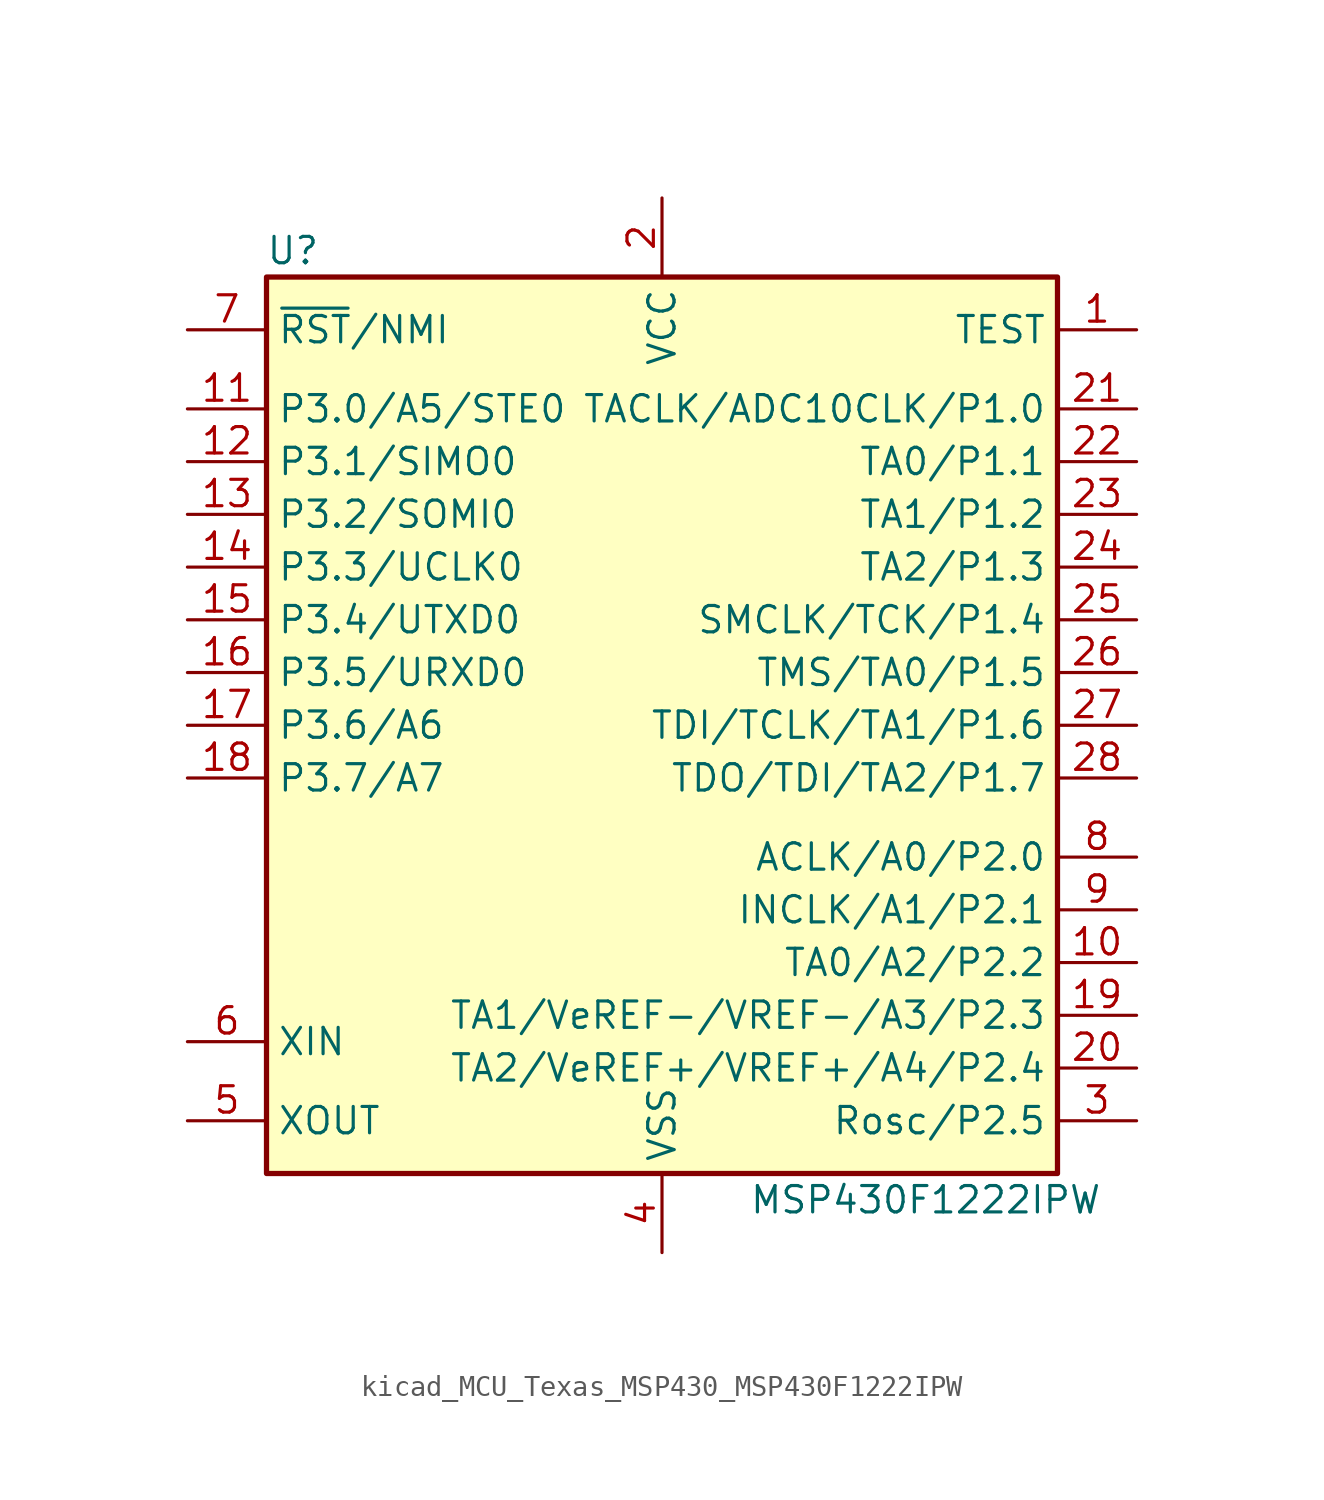
<source format=kicad_sym>
(kicad_symbol_lib
  (version 20220914)
  (generator kicad_symbol_editor)
  (symbol "kicad_MCU_Texas_MSP430_MSP430F1222IPW"
    (property "Reference" "U"
      (at -17.78 22.86 0)
      (effects (font (size 1.27 1.27))))
    (property "Value" "MSP430F1222IPW"
      (at 12.7 -22.86 0)
      (effects (font (size 1.27 1.27))))
    (symbol "kicad_MCU_Texas_MSP430_MSP430F1222IPW_0_1"
      (rectangle (start -19.05 21.59) (end 19.05 -21.59) (stroke (width 0.254) (type default)) (fill (type background))))
    (symbol "kicad_MCU_Texas_MSP430_MSP430F1222IPW_1_1"
      (pin input line (at 22.86 19.05 180) (length 3.81) (name "TEST" (effects (font (size 1.27 1.27)))) (number "1" (effects (font (size 1.27 1.27)))))
      (pin bidirectional line (at 22.86 -11.43 180) (length 3.81) (name "TA0/A2/P2.2" (effects (font (size 1.27 1.27)))) (number "10" (effects (font (size 1.27 1.27)))))
      (pin bidirectional line (at -22.86 15.24 0) (length 3.81) (name "P3.0/A5/STE0" (effects (font (size 1.27 1.27)))) (number "11" (effects (font (size 1.27 1.27)))))
      (pin bidirectional line (at -22.86 12.7 0) (length 3.81) (name "P3.1/SIMO0" (effects (font (size 1.27 1.27)))) (number "12" (effects (font (size 1.27 1.27)))))
      (pin bidirectional line (at -22.86 10.16 0) (length 3.81) (name "P3.2/SOMI0" (effects (font (size 1.27 1.27)))) (number "13" (effects (font (size 1.27 1.27)))))
      (pin bidirectional line (at -22.86 7.62 0) (length 3.81) (name "P3.3/UCLK0" (effects (font (size 1.27 1.27)))) (number "14" (effects (font (size 1.27 1.27)))))
      (pin bidirectional line (at -22.86 5.08 0) (length 3.81) (name "P3.4/UTXD0" (effects (font (size 1.27 1.27)))) (number "15" (effects (font (size 1.27 1.27)))))
      (pin bidirectional line (at -22.86 2.54 0) (length 3.81) (name "P3.5/URXD0" (effects (font (size 1.27 1.27)))) (number "16" (effects (font (size 1.27 1.27)))))
      (pin bidirectional line (at -22.86 0 0) (length 3.81) (name "P3.6/A6" (effects (font (size 1.27 1.27)))) (number "17" (effects (font (size 1.27 1.27)))))
      (pin bidirectional line (at -22.86 -2.54 0) (length 3.81) (name "P3.7/A7" (effects (font (size 1.27 1.27)))) (number "18" (effects (font (size 1.27 1.27)))))
      (pin bidirectional line (at 22.86 -13.97 180) (length 3.81) (name "TA1/VeREF-/VREF-/A3/P2.3" (effects (font (size 1.27 1.27)))) (number "19" (effects (font (size 1.27 1.27)))))
      (pin power_in line (at 0 25.4 270) (length 3.81) (name "VCC" (effects (font (size 1.27 1.27)))) (number "2" (effects (font (size 1.27 1.27)))))
      (pin bidirectional line (at 22.86 -16.51 180) (length 3.81) (name "TA2/VeREF+/VREF+/A4/P2.4" (effects (font (size 1.27 1.27)))) (number "20" (effects (font (size 1.27 1.27)))))
      (pin bidirectional line (at 22.86 15.24 180) (length 3.81) (name "TACLK/ADC10CLK/P1.0" (effects (font (size 1.27 1.27)))) (number "21" (effects (font (size 1.27 1.27)))))
      (pin bidirectional line (at 22.86 12.7 180) (length 3.81) (name "TA0/P1.1" (effects (font (size 1.27 1.27)))) (number "22" (effects (font (size 1.27 1.27)))))
      (pin bidirectional line (at 22.86 10.16 180) (length 3.81) (name "TA1/P1.2" (effects (font (size 1.27 1.27)))) (number "23" (effects (font (size 1.27 1.27)))))
      (pin bidirectional line (at 22.86 7.62 180) (length 3.81) (name "TA2/P1.3" (effects (font (size 1.27 1.27)))) (number "24" (effects (font (size 1.27 1.27)))))
      (pin bidirectional line (at 22.86 5.08 180) (length 3.81) (name "SMCLK/TCK/P1.4" (effects (font (size 1.27 1.27)))) (number "25" (effects (font (size 1.27 1.27)))))
      (pin bidirectional line (at 22.86 2.54 180) (length 3.81) (name "TMS/TA0/P1.5" (effects (font (size 1.27 1.27)))) (number "26" (effects (font (size 1.27 1.27)))))
      (pin bidirectional line (at 22.86 0 180) (length 3.81) (name "TDI/TCLK/TA1/P1.6" (effects (font (size 1.27 1.27)))) (number "27" (effects (font (size 1.27 1.27)))))
      (pin bidirectional line (at 22.86 -2.54 180) (length 3.81) (name "TDO/TDI/TA2/P1.7" (effects (font (size 1.27 1.27)))) (number "28" (effects (font (size 1.27 1.27)))))
      (pin bidirectional line (at 22.86 -19.05 180) (length 3.81) (name "Rosc/P2.5" (effects (font (size 1.27 1.27)))) (number "3" (effects (font (size 1.27 1.27)))))
      (pin power_in line (at 0 -25.4 90) (length 3.81) (name "VSS" (effects (font (size 1.27 1.27)))) (number "4" (effects (font (size 1.27 1.27)))))
      (pin output line (at -22.86 -19.05 0) (length 3.81) (name "XOUT" (effects (font (size 1.27 1.27)))) (number "5" (effects (font (size 1.27 1.27)))))
      (pin input line (at -22.86 -15.24 0) (length 3.81) (name "XIN" (effects (font (size 1.27 1.27)))) (number "6" (effects (font (size 1.27 1.27)))))
      (pin input line (at -22.86 19.05 0) (length 3.81) (name "~{RST}/NMI" (effects (font (size 1.27 1.27)))) (number "7" (effects (font (size 1.27 1.27)))))
      (pin bidirectional line (at 22.86 -6.35 180) (length 3.81) (name "ACLK/A0/P2.0" (effects (font (size 1.27 1.27)))) (number "8" (effects (font (size 1.27 1.27)))))
      (pin bidirectional line (at 22.86 -8.89 180) (length 3.81) (name "INCLK/A1/P2.1" (effects (font (size 1.27 1.27)))) (number "9" (effects (font (size 1.27 1.27))))))))
</source>
